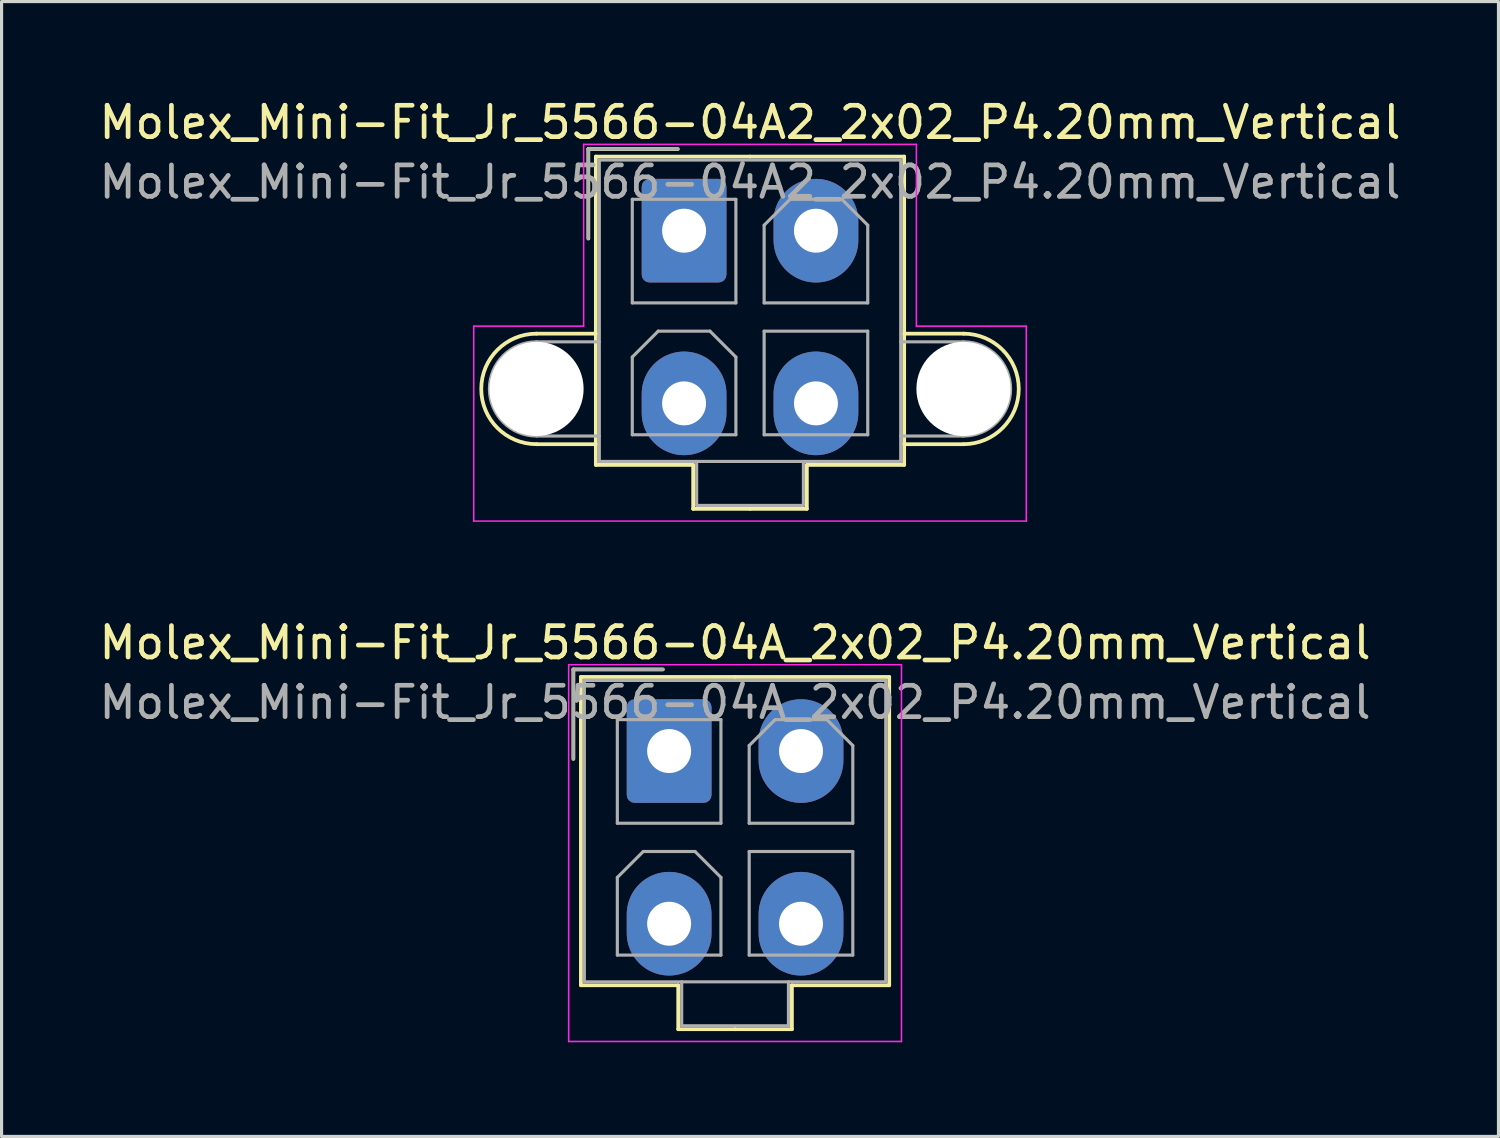
<source format=kicad_pcb>
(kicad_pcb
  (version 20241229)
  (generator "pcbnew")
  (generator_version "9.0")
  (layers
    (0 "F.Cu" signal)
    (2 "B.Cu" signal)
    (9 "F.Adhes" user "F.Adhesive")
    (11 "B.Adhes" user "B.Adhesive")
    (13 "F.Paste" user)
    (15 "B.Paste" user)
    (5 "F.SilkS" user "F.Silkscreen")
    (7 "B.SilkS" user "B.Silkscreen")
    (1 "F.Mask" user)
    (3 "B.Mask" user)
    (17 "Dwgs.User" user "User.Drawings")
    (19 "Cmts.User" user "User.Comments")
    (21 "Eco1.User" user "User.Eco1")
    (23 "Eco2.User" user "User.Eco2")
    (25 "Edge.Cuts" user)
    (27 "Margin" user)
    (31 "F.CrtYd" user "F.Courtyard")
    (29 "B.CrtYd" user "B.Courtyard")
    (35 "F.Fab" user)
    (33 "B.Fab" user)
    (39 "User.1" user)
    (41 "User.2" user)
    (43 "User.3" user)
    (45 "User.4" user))
  (footprint "Molex_Mini-Fit_Jr_5566-04A2_2x02_P4.20mm_Vertical"
    (layer "F.Cu")
    (at 18.739 4.298)
    (property "Reference" "Molex_Mini-Fit_Jr_5566-04A2_2x02_P4.20mm_Vertical" (at 2.1 -3.45 0) (layer "F.SilkS") (effects (font (size 1 1) (thickness 0.15))))
    (attr through_hole)
    (fp_line (start -4.7 3.28) (end -2.81 3.28) (stroke (width 0.12) (type solid)) (layer "F.SilkS"))
    (fp_line (start -4.7 6.8) (end -2.81 6.8) (stroke (width 0.12) (type solid)) (layer "F.SilkS"))
    (fp_line (start -3.05 -2.6) (end -3.05 0.25) (stroke (width 0.12) (type solid)) (layer "F.SilkS"))
    (fp_line (start -2.81 -2.36) (end -2.81 7.46) (stroke (width 0.12) (type solid)) (layer "F.SilkS"))
    (fp_line (start -2.81 7.46) (end 0.29 7.46) (stroke (width 0.12) (type solid)) (layer "F.SilkS"))
    (fp_line (start -0.2 -2.6) (end -3.05 -2.6) (stroke (width 0.12) (type solid)) (layer "F.SilkS"))
    (fp_line (start 0.29 7.46) (end 0.29 8.86) (stroke (width 0.12) (type solid)) (layer "F.SilkS"))
    (fp_line (start 0.29 8.86) (end 2.1 8.86) (stroke (width 0.12) (type solid)) (layer "F.SilkS"))
    (fp_line (start 2.1 -2.36) (end -2.81 -2.36) (stroke (width 0.12) (type solid)) (layer "F.SilkS"))
    (fp_line (start 2.1 -2.36) (end 7.01 -2.36) (stroke (width 0.12) (type solid)) (layer "F.SilkS"))
    (fp_line (start 3.91 7.46) (end 3.91 8.86) (stroke (width 0.12) (type solid)) (layer "F.SilkS"))
    (fp_line (start 3.91 8.86) (end 2.1 8.86) (stroke (width 0.12) (type solid)) (layer "F.SilkS"))
    (fp_line (start 7.01 -2.36) (end 7.01 7.46) (stroke (width 0.12) (type solid)) (layer "F.SilkS"))
    (fp_line (start 7.01 7.46) (end 3.91 7.46) (stroke (width 0.12) (type solid)) (layer "F.SilkS"))
    (fp_line (start 8.9 3.28) (end 7.01 3.28) (stroke (width 0.12) (type solid)) (layer "F.SilkS"))
    (fp_line (start 8.9 6.8) (end 7.01 6.8) (stroke (width 0.12) (type solid)) (layer "F.SilkS"))
    (fp_arc (start -4.7 6.8) (mid -6.46 5.04) (end -4.7 3.28) (stroke (width 0.12) (type solid)) (layer "F.SilkS"))
    (fp_arc (start 8.9 3.28) (mid 10.66 5.04) (end 8.9 6.8) (stroke (width 0.12) (type solid)) (layer "F.SilkS"))
    (fp_line (start -6.7 3.04) (end -6.7 9.25) (stroke (width 0.05) (type solid)) (layer "F.CrtYd"))
    (fp_line (start -6.7 9.25) (end 10.9 9.25) (stroke (width 0.05) (type solid)) (layer "F.CrtYd"))
    (fp_line (start -3.2 -2.75) (end -3.2 3.04) (stroke (width 0.05) (type solid)) (layer "F.CrtYd"))
    (fp_line (start -3.2 3.04) (end -6.7 3.04) (stroke (width 0.05) (type solid)) (layer "F.CrtYd"))
    (fp_line (start 7.4 -2.75) (end -3.2 -2.75) (stroke (width 0.05) (type solid)) (layer "F.CrtYd"))
    (fp_line (start 7.4 3.04) (end 7.4 -2.75) (stroke (width 0.05) (type solid)) (layer "F.CrtYd"))
    (fp_line (start 10.9 3.04) (end 7.4 3.04) (stroke (width 0.05) (type solid)) (layer "F.CrtYd"))
    (fp_line (start 10.9 9.25) (end 10.9 3.04) (stroke (width 0.05) (type solid)) (layer "F.CrtYd"))
    (fp_line (start -4.7 3.54) (end -2.7 3.54) (stroke (width 0.1) (type solid)) (layer "F.Fab"))
    (fp_line (start -4.7 6.54) (end -2.7 6.54) (stroke (width 0.1) (type solid)) (layer "F.Fab"))
    (fp_line (start -3.05 -2.6) (end -3.05 0.25) (stroke (width 0.1) (type solid)) (layer "F.Fab"))
    (fp_line (start -2.7 -2.25) (end -2.7 7.35) (stroke (width 0.1) (type solid)) (layer "F.Fab"))
    (fp_line (start -2.7 7.35) (end 6.9 7.35) (stroke (width 0.1) (type solid)) (layer "F.Fab"))
    (fp_line (start -1.65 -1) (end -1.65 2.3) (stroke (width 0.1) (type solid)) (layer "F.Fab"))
    (fp_line (start -1.65 2.3) (end 1.65 2.3) (stroke (width 0.1) (type solid)) (layer "F.Fab"))
    (fp_line (start -1.65 4.025) (end -0.825 3.2) (stroke (width 0.1) (type solid)) (layer "F.Fab"))
    (fp_line (start -1.65 6.5) (end -1.65 4.025) (stroke (width 0.1) (type solid)) (layer "F.Fab"))
    (fp_line (start -0.825 3.2) (end 0.825 3.2) (stroke (width 0.1) (type solid)) (layer "F.Fab"))
    (fp_line (start -0.2 -2.6) (end -3.05 -2.6) (stroke (width 0.1) (type solid)) (layer "F.Fab"))
    (fp_line (start 0.4 7.35) (end 0.4 8.75) (stroke (width 0.1) (type solid)) (layer "F.Fab"))
    (fp_line (start 0.4 8.75) (end 3.8 8.75) (stroke (width 0.1) (type solid)) (layer "F.Fab"))
    (fp_line (start 0.825 3.2) (end 1.65 4.025) (stroke (width 0.1) (type solid)) (layer "F.Fab"))
    (fp_line (start 1.65 -1) (end -1.65 -1) (stroke (width 0.1) (type solid)) (layer "F.Fab"))
    (fp_line (start 1.65 2.3) (end 1.65 -1) (stroke (width 0.1) (type solid)) (layer "F.Fab"))
    (fp_line (start 1.65 4.025) (end 1.65 6.5) (stroke (width 0.1) (type solid)) (layer "F.Fab"))
    (fp_line (start 1.65 6.5) (end -1.65 6.5) (stroke (width 0.1) (type solid)) (layer "F.Fab"))
    (fp_line (start 2.55 -0.175) (end 3.375 -1) (stroke (width 0.1) (type solid)) (layer "F.Fab"))
    (fp_line (start 2.55 2.3) (end 2.55 -0.175) (stroke (width 0.1) (type solid)) (layer "F.Fab"))
    (fp_line (start 2.55 3.2) (end 2.55 6.5) (stroke (width 0.1) (type solid)) (layer "F.Fab"))
    (fp_line (start 2.55 6.5) (end 5.85 6.5) (stroke (width 0.1) (type solid)) (layer "F.Fab"))
    (fp_line (start 3.375 -1) (end 5.025 -1) (stroke (width 0.1) (type solid)) (layer "F.Fab"))
    (fp_line (start 3.8 8.75) (end 3.8 7.35) (stroke (width 0.1) (type solid)) (layer "F.Fab"))
    (fp_line (start 5.025 -1) (end 5.85 -0.175) (stroke (width 0.1) (type solid)) (layer "F.Fab"))
    (fp_line (start 5.85 -0.175) (end 5.85 2.3) (stroke (width 0.1) (type solid)) (layer "F.Fab"))
    (fp_line (start 5.85 2.3) (end 2.55 2.3) (stroke (width 0.1) (type solid)) (layer "F.Fab"))
    (fp_line (start 5.85 3.2) (end 2.55 3.2) (stroke (width 0.1) (type solid)) (layer "F.Fab"))
    (fp_line (start 5.85 6.5) (end 5.85 3.2) (stroke (width 0.1) (type solid)) (layer "F.Fab"))
    (fp_line (start 6.9 -2.25) (end -2.7 -2.25) (stroke (width 0.1) (type solid)) (layer "F.Fab"))
    (fp_line (start 6.9 7.35) (end 6.9 -2.25) (stroke (width 0.1) (type solid)) (layer "F.Fab"))
    (fp_line (start 8.9 3.54) (end 6.9 3.54) (stroke (width 0.1) (type solid)) (layer "F.Fab"))
    (fp_line (start 8.9 6.54) (end 6.9 6.54) (stroke (width 0.1) (type solid)) (layer "F.Fab"))
    (fp_arc (start -4.7 6.54) (mid -6.2 5.04) (end -4.7 3.54) (stroke (width 0.1) (type solid)) (layer "F.Fab"))
    (fp_arc (start 8.9 3.54) (mid 10.4 5.04) (end 8.9 6.54) (stroke (width 0.1) (type solid)) (layer "F.Fab"))
    (fp_text user "${REFERENCE}" (at 2.1 -1.55 0) (layer "F.Fab") (effects (font (size 1 1) (thickness 0.15))))
    (pad "" np_thru_hole circle (at -4.7 5.04) (size 3 3) (drill 3) (layers "*.Cu" "*.Mask"))
    (pad "" np_thru_hole circle (at 8.9 5.04) (size 3 3) (drill 3) (layers "*.Cu" "*.Mask"))
    (pad "1" thru_hole roundrect (at 0 0) (size 2.7 3.3) (drill 1.4) (layers "*.Cu" "*.Mask") (roundrect_rratio 0.093))
    (pad "2" thru_hole oval (at 4.2 0) (size 2.7 3.3) (drill 1.4) (layers "*.Cu" "*.Mask"))
    (pad "3" thru_hole oval (at 0 5.5) (size 2.7 3.3) (drill 1.4) (layers "*.Cu" "*.Mask"))
    (pad "4" thru_hole oval (at 4.2 5.5) (size 2.7 3.3) (drill 1.4) (layers "*.Cu" "*.Mask")))
  (footprint "Molex_Mini-Fit_Jr_5566-04A_2x02_P4.20mm_Vertical"
    (layer "F.Cu")
    (at 18.263 20.872)
    (property "Reference" "Molex_Mini-Fit_Jr_5566-04A_2x02_P4.20mm_Vertical" (at 2.1 -3.45 0) (layer "F.SilkS") (effects (font (size 1 1) (thickness 0.15))))
    (attr through_hole)
    (fp_line (start -3.05 -2.6) (end -3.05 0.25) (stroke (width 0.12) (type solid)) (layer "F.SilkS"))
    (fp_line (start -2.81 -2.36) (end -2.81 7.46) (stroke (width 0.12) (type solid)) (layer "F.SilkS"))
    (fp_line (start -2.81 7.46) (end 0.29 7.46) (stroke (width 0.12) (type solid)) (layer "F.SilkS"))
    (fp_line (start -0.2 -2.6) (end -3.05 -2.6) (stroke (width 0.12) (type solid)) (layer "F.SilkS"))
    (fp_line (start 0.29 7.46) (end 0.29 8.86) (stroke (width 0.12) (type solid)) (layer "F.SilkS"))
    (fp_line (start 0.29 8.86) (end 2.1 8.86) (stroke (width 0.12) (type solid)) (layer "F.SilkS"))
    (fp_line (start 2.1 -2.36) (end -2.81 -2.36) (stroke (width 0.12) (type solid)) (layer "F.SilkS"))
    (fp_line (start 2.1 -2.36) (end 7.01 -2.36) (stroke (width 0.12) (type solid)) (layer "F.SilkS"))
    (fp_line (start 3.91 7.46) (end 3.91 8.86) (stroke (width 0.12) (type solid)) (layer "F.SilkS"))
    (fp_line (start 3.91 8.86) (end 2.1 8.86) (stroke (width 0.12) (type solid)) (layer "F.SilkS"))
    (fp_line (start 7.01 -2.36) (end 7.01 7.46) (stroke (width 0.12) (type solid)) (layer "F.SilkS"))
    (fp_line (start 7.01 7.46) (end 3.91 7.46) (stroke (width 0.12) (type solid)) (layer "F.SilkS"))
    (fp_line (start -3.2 -2.75) (end -3.2 9.25) (stroke (width 0.05) (type solid)) (layer "F.CrtYd"))
    (fp_line (start -3.2 9.25) (end 7.4 9.25) (stroke (width 0.05) (type solid)) (layer "F.CrtYd"))
    (fp_line (start 7.4 -2.75) (end -3.2 -2.75) (stroke (width 0.05) (type solid)) (layer "F.CrtYd"))
    (fp_line (start 7.4 9.25) (end 7.4 -2.75) (stroke (width 0.05) (type solid)) (layer "F.CrtYd"))
    (fp_line (start -3.05 -2.6) (end -3.05 0.25) (stroke (width 0.1) (type solid)) (layer "F.Fab"))
    (fp_line (start -2.7 -2.25) (end -2.7 7.35) (stroke (width 0.1) (type solid)) (layer "F.Fab"))
    (fp_line (start -2.7 7.35) (end 6.9 7.35) (stroke (width 0.1) (type solid)) (layer "F.Fab"))
    (fp_line (start -1.65 -1) (end -1.65 2.3) (stroke (width 0.1) (type solid)) (layer "F.Fab"))
    (fp_line (start -1.65 2.3) (end 1.65 2.3) (stroke (width 0.1) (type solid)) (layer "F.Fab"))
    (fp_line (start -1.65 4.025) (end -0.825 3.2) (stroke (width 0.1) (type solid)) (layer "F.Fab"))
    (fp_line (start -1.65 6.5) (end -1.65 4.025) (stroke (width 0.1) (type solid)) (layer "F.Fab"))
    (fp_line (start -0.825 3.2) (end 0.825 3.2) (stroke (width 0.1) (type solid)) (layer "F.Fab"))
    (fp_line (start -0.2 -2.6) (end -3.05 -2.6) (stroke (width 0.1) (type solid)) (layer "F.Fab"))
    (fp_line (start 0.4 7.35) (end 0.4 8.75) (stroke (width 0.1) (type solid)) (layer "F.Fab"))
    (fp_line (start 0.4 8.75) (end 3.8 8.75) (stroke (width 0.1) (type solid)) (layer "F.Fab"))
    (fp_line (start 0.825 3.2) (end 1.65 4.025) (stroke (width 0.1) (type solid)) (layer "F.Fab"))
    (fp_line (start 1.65 -1) (end -1.65 -1) (stroke (width 0.1) (type solid)) (layer "F.Fab"))
    (fp_line (start 1.65 2.3) (end 1.65 -1) (stroke (width 0.1) (type solid)) (layer "F.Fab"))
    (fp_line (start 1.65 4.025) (end 1.65 6.5) (stroke (width 0.1) (type solid)) (layer "F.Fab"))
    (fp_line (start 1.65 6.5) (end -1.65 6.5) (stroke (width 0.1) (type solid)) (layer "F.Fab"))
    (fp_line (start 2.55 -0.175) (end 3.375 -1) (stroke (width 0.1) (type solid)) (layer "F.Fab"))
    (fp_line (start 2.55 2.3) (end 2.55 -0.175) (stroke (width 0.1) (type solid)) (layer "F.Fab"))
    (fp_line (start 2.55 3.2) (end 2.55 6.5) (stroke (width 0.1) (type solid)) (layer "F.Fab"))
    (fp_line (start 2.55 6.5) (end 5.85 6.5) (stroke (width 0.1) (type solid)) (layer "F.Fab"))
    (fp_line (start 3.375 -1) (end 5.025 -1) (stroke (width 0.1) (type solid)) (layer "F.Fab"))
    (fp_line (start 3.8 8.75) (end 3.8 7.35) (stroke (width 0.1) (type solid)) (layer "F.Fab"))
    (fp_line (start 5.025 -1) (end 5.85 -0.175) (stroke (width 0.1) (type solid)) (layer "F.Fab"))
    (fp_line (start 5.85 -0.175) (end 5.85 2.3) (stroke (width 0.1) (type solid)) (layer "F.Fab"))
    (fp_line (start 5.85 2.3) (end 2.55 2.3) (stroke (width 0.1) (type solid)) (layer "F.Fab"))
    (fp_line (start 5.85 3.2) (end 2.55 3.2) (stroke (width 0.1) (type solid)) (layer "F.Fab"))
    (fp_line (start 5.85 6.5) (end 5.85 3.2) (stroke (width 0.1) (type solid)) (layer "F.Fab"))
    (fp_line (start 6.9 -2.25) (end -2.7 -2.25) (stroke (width 0.1) (type solid)) (layer "F.Fab"))
    (fp_line (start 6.9 7.35) (end 6.9 -2.25) (stroke (width 0.1) (type solid)) (layer "F.Fab"))
    (fp_text user "${REFERENCE}" (at 2.1 -1.55 0) (layer "F.Fab") (effects (font (size 1 1) (thickness 0.15))))
    (pad "1" thru_hole roundrect (at 0 0) (size 2.7 3.3) (drill 1.4) (layers "*.Cu" "*.Mask") (roundrect_rratio 0.093))
    (pad "2" thru_hole oval (at 4.2 0) (size 2.7 3.3) (drill 1.4) (layers "*.Cu" "*.Mask"))
    (pad "3" thru_hole oval (at 0 5.5) (size 2.7 3.3) (drill 1.4) (layers "*.Cu" "*.Mask"))
    (pad "4" thru_hole oval (at 4.2 5.5) (size 2.7 3.3) (drill 1.4) (layers "*.Cu" "*.Mask")))
  (gr_rect
    (start -3 -3)
    (end 44.679 33.147)
    (stroke (width 0.1) (type default))
    (fill no)
    (layer "Edge.Cuts")))
</source>
